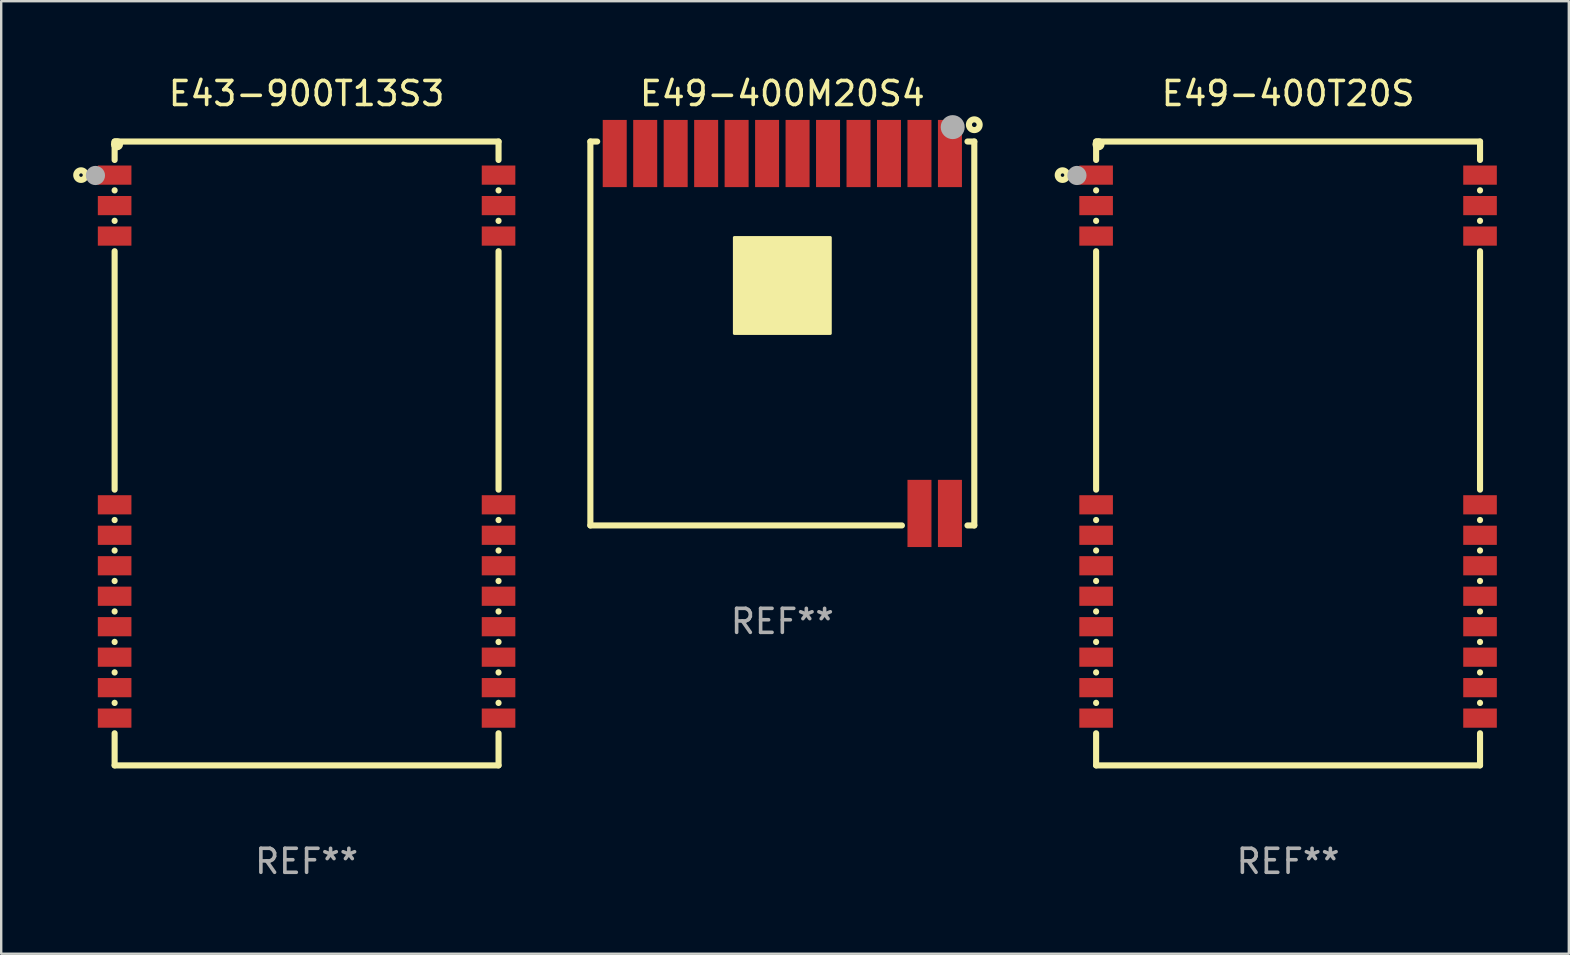
<source format=kicad_pcb>
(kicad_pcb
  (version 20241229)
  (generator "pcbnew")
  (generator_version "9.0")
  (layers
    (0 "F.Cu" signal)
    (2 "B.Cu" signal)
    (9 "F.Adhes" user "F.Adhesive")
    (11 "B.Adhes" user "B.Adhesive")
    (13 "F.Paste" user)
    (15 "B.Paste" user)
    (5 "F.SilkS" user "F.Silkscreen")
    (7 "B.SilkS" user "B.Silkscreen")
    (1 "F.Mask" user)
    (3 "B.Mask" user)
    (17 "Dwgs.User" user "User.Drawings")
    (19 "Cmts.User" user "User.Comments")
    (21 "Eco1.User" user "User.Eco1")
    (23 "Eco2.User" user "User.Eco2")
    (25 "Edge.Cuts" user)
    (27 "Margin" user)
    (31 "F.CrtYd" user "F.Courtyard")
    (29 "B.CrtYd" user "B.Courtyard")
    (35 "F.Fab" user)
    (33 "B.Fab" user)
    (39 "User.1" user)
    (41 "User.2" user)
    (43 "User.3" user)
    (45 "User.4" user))
  (footprint "E49-400M20S4"
    (layer "F.Cu")
    (at 29.554 10.848)
    (property "Reference" "E49-400M20S4" (at 0 -10 0) (layer "F.SilkS") (effects (font (size 1 1) (thickness 0.15))))
    (attr through_hole)
    (fp_line (start -8 -8) (end -7.716 -8) (stroke (width 0.254) (type solid)) (layer "F.SilkS"))
    (fp_line (start -8 8) (end -8 -8) (stroke (width 0.254) (type solid)) (layer "F.SilkS"))
    (fp_line (start 4.984 8) (end -8 8) (stroke (width 0.254) (type solid)) (layer "F.SilkS"))
    (fp_line (start 7.716 -8) (end 8 -8) (stroke (width 0.254) (type solid)) (layer "F.SilkS"))
    (fp_line (start 8 -8) (end 8 8) (stroke (width 0.254) (type solid)) (layer "F.SilkS"))
    (fp_line (start 8 8) (end 7.716 8) (stroke (width 0.254) (type solid)) (layer "F.SilkS"))
    (fp_circle (center 8 -8.7) (end 8.224 -8.7) (stroke (width 0.254) (type solid)) (fill no) (layer "F.SilkS"))
    (fp_circle (center 8 -8) (end 8.03 -8) (stroke (width 0.06) (type solid)) (fill no) (layer "F.SilkS"))
    (fp_poly (pts (xy -2 -4) (xy 2 -4) (xy 2 -0.000013) (xy -2 -0.000013)) (stroke (width 0.12) (type solid)) (fill yes) (layer "F.SilkS"))
    (fp_circle (center 7.1 -8.6) (end 7.35 -8.6) (stroke (width 0.5) (type solid)) (fill no) (layer "F.Fab"))
    (fp_text user "REF**" (at 0 12 0) (layer "F.Fab") (effects (font (size 1 1) (thickness 0.15))))
    (pad "1" smd rect (at 6.985 -7.5) (size 1 2.8) (layers "F.Cu" "F.Mask" "F.Paste"))
    (pad "2" smd rect (at 5.715 -7.5) (size 1 2.8) (layers "F.Cu" "F.Mask" "F.Paste"))
    (pad "3" smd rect (at 4.445 -7.5) (size 1 2.8) (layers "F.Cu" "F.Mask" "F.Paste"))
    (pad "4" smd rect (at 3.175 -7.5) (size 1 2.8) (layers "F.Cu" "F.Mask" "F.Paste"))
    (pad "5" smd rect (at 1.905 -7.5) (size 1 2.8) (layers "F.Cu" "F.Mask" "F.Paste"))
    (pad "6" smd rect (at 0.635 -7.5) (size 1 2.8) (layers "F.Cu" "F.Mask" "F.Paste"))
    (pad "7" smd rect (at -0.635 -7.5) (size 1 2.8) (layers "F.Cu" "F.Mask" "F.Paste"))
    (pad "8" smd rect (at -1.905 -7.5) (size 1 2.8) (layers "F.Cu" "F.Mask" "F.Paste"))
    (pad "9" smd rect (at -3.175 -7.5) (size 1 2.8) (layers "F.Cu" "F.Mask" "F.Paste"))
    (pad "10" smd rect (at -4.445 -7.5) (size 1 2.8) (layers "F.Cu" "F.Mask" "F.Paste"))
    (pad "11" smd rect (at -5.715 -7.5) (size 1 2.8) (layers "F.Cu" "F.Mask" "F.Paste"))
    (pad "12" smd rect (at -6.985 -7.5) (size 1 2.8) (layers "F.Cu" "F.Mask" "F.Paste"))
    (pad "13" smd rect (at 6.985 7.5) (size 1 2.8) (layers "F.Cu" "F.Mask" "F.Paste"))
    (pad "14" smd rect (at 5.715 7.5) (size 1 2.8) (layers "F.Cu" "F.Mask" "F.Paste")))
  (footprint "E49-400T20S"
    (layer "F.Cu")
    (at 50.631 15.848)
    (property "Reference" "E49-400T20S" (at 0 -15 0) (layer "F.SilkS") (effects (font (size 1 1) (thickness 0.15))))
    (attr through_hole)
    (fp_line (start -8 -13) (end 8 -13) (stroke (width 0.254) (type solid)) (layer "F.SilkS"))
    (fp_line (start -8 -12.231) (end -8 -13) (stroke (width 0.254) (type solid)) (layer "F.SilkS"))
    (fp_line (start -8 -10.961) (end -8 -10.969) (stroke (width 0.254) (type solid)) (layer "F.SilkS"))
    (fp_line (start -8 -9.691) (end -8 -9.699) (stroke (width 0.254) (type solid)) (layer "F.SilkS"))
    (fp_line (start -8 1.509) (end -8 -8.429) (stroke (width 0.254) (type solid)) (layer "F.SilkS"))
    (fp_line (start -8 2.779) (end -8 2.771) (stroke (width 0.254) (type solid)) (layer "F.SilkS"))
    (fp_line (start -8 4.049) (end -8 4.041) (stroke (width 0.254) (type solid)) (layer "F.SilkS"))
    (fp_line (start -8 5.319) (end -8 5.311) (stroke (width 0.254) (type solid)) (layer "F.SilkS"))
    (fp_line (start -8 6.589) (end -8 6.581) (stroke (width 0.254) (type solid)) (layer "F.SilkS"))
    (fp_line (start -8 7.859) (end -8 7.851) (stroke (width 0.254) (type solid)) (layer "F.SilkS"))
    (fp_line (start -8 9.129) (end -8 9.121) (stroke (width 0.254) (type solid)) (layer "F.SilkS"))
    (fp_line (start -8 10.399) (end -8 10.391) (stroke (width 0.254) (type solid)) (layer "F.SilkS"))
    (fp_line (start -8 13) (end -8 11.661) (stroke (width 0.254) (type solid)) (layer "F.SilkS"))
    (fp_line (start -8 13) (end 8 13) (stroke (width 0.254) (type solid)) (layer "F.SilkS"))
    (fp_line (start 8 -13) (end 8 -12.231) (stroke (width 0.254) (type solid)) (layer "F.SilkS"))
    (fp_line (start 8 -10.969) (end 8 -10.961) (stroke (width 0.254) (type solid)) (layer "F.SilkS"))
    (fp_line (start 8 -9.699) (end 8 -9.691) (stroke (width 0.254) (type solid)) (layer "F.SilkS"))
    (fp_line (start 8 -8.429) (end 8 1.509) (stroke (width 0.254) (type solid)) (layer "F.SilkS"))
    (fp_line (start 8 2.771) (end 8 2.779) (stroke (width 0.254) (type solid)) (layer "F.SilkS"))
    (fp_line (start 8 4.041) (end 8 4.049) (stroke (width 0.254) (type solid)) (layer "F.SilkS"))
    (fp_line (start 8 5.311) (end 8 5.319) (stroke (width 0.254) (type solid)) (layer "F.SilkS"))
    (fp_line (start 8 6.581) (end 8 6.589) (stroke (width 0.254) (type solid)) (layer "F.SilkS"))
    (fp_line (start 8 7.851) (end 8 7.859) (stroke (width 0.254) (type solid)) (layer "F.SilkS"))
    (fp_line (start 8 9.121) (end 8 9.129) (stroke (width 0.254) (type solid)) (layer "F.SilkS"))
    (fp_line (start 8 10.391) (end 8 10.399) (stroke (width 0.254) (type solid)) (layer "F.SilkS"))
    (fp_line (start 8 11.661) (end 8 13) (stroke (width 0.254) (type solid)) (layer "F.SilkS"))
    (fp_circle (center -9.4 -11.6) (end -9.2 -11.6) (stroke (width 0.254) (type solid)) (fill no) (layer "F.SilkS"))
    (fp_circle (center -7.9 -12.885) (end -7.773 -12.885) (stroke (width 0.254) (type solid)) (fill no) (layer "F.SilkS"))
    (fp_circle (center -8.8 -11.585) (end -8.6 -11.585) (stroke (width 0.4) (type solid)) (fill no) (layer "F.Fab"))
    (fp_text user "REF**" (at 0 17 0) (layer "F.Fab") (effects (font (size 1 1) (thickness 0.15))))
    (pad "1" smd rect (at -8 -11.6) (size 1.4 0.8) (layers "F.Cu" "F.Mask" "F.Paste"))
    (pad "2" smd rect (at -8 -10.33) (size 1.4 0.8) (layers "F.Cu" "F.Mask" "F.Paste"))
    (pad "3" smd rect (at -8 -9.06) (size 1.4 0.8) (layers "F.Cu" "F.Mask" "F.Paste"))
    (pad "4" smd rect (at -8 2.14) (size 1.4 0.8) (layers "F.Cu" "F.Mask" "F.Paste"))
    (pad "5" smd rect (at -8 3.41) (size 1.4 0.8) (layers "F.Cu" "F.Mask" "F.Paste"))
    (pad "6" smd rect (at -8 4.68) (size 1.4 0.8) (layers "F.Cu" "F.Mask" "F.Paste"))
    (pad "7" smd rect (at -8 5.95) (size 1.4 0.8) (layers "F.Cu" "F.Mask" "F.Paste"))
    (pad "8" smd rect (at -8 7.22) (size 1.4 0.8) (layers "F.Cu" "F.Mask" "F.Paste"))
    (pad "9" smd rect (at -8 8.49) (size 1.4 0.8) (layers "F.Cu" "F.Mask" "F.Paste"))
    (pad "10" smd rect (at -8 9.76) (size 1.4 0.8) (layers "F.Cu" "F.Mask" "F.Paste"))
    (pad "11" smd rect (at -8 11.03) (size 1.4 0.8) (layers "F.Cu" "F.Mask" "F.Paste"))
    (pad "12" smd rect (at 8 11.03) (size 1.4 0.8) (layers "F.Cu" "F.Mask" "F.Paste"))
    (pad "13" smd rect (at 8 9.76) (size 1.4 0.8) (layers "F.Cu" "F.Mask" "F.Paste"))
    (pad "14" smd rect (at 8 8.49) (size 1.4 0.8) (layers "F.Cu" "F.Mask" "F.Paste"))
    (pad "15" smd rect (at 8 7.22) (size 1.4 0.8) (layers "F.Cu" "F.Mask" "F.Paste"))
    (pad "16" smd rect (at 8 5.95) (size 1.4 0.8) (layers "F.Cu" "F.Mask" "F.Paste"))
    (pad "17" smd rect (at 8 4.68) (size 1.4 0.8) (layers "F.Cu" "F.Mask" "F.Paste"))
    (pad "18" smd rect (at 8 3.41) (size 1.4 0.8) (layers "F.Cu" "F.Mask" "F.Paste"))
    (pad "19" smd rect (at 8 2.14) (size 1.4 0.8) (layers "F.Cu" "F.Mask" "F.Paste"))
    (pad "20" smd rect (at 8 -9.06) (size 1.4 0.8) (layers "F.Cu" "F.Mask" "F.Paste"))
    (pad "21" smd rect (at 8 -10.33) (size 1.4 0.8) (layers "F.Cu" "F.Mask" "F.Paste"))
    (pad "22" smd rect (at 8 -11.6) (size 1.4 0.8) (layers "F.Cu" "F.Mask" "F.Paste")))
  (footprint "E43-900T13S3"
    (layer "F.Cu")
    (at 9.727 15.848)
    (property "Reference" "E43-900T13S3" (at 0 -15 0) (layer "F.SilkS") (effects (font (size 1 1) (thickness 0.15))))
    (attr through_hole)
    (fp_line (start -8 -13) (end 8 -13) (stroke (width 0.254) (type solid)) (layer "F.SilkS"))
    (fp_line (start -8 -12.231) (end -8 -13) (stroke (width 0.254) (type solid)) (layer "F.SilkS"))
    (fp_line (start -8 -10.961) (end -8 -10.969) (stroke (width 0.254) (type solid)) (layer "F.SilkS"))
    (fp_line (start -8 -9.691) (end -8 -9.699) (stroke (width 0.254) (type solid)) (layer "F.SilkS"))
    (fp_line (start -8 1.509) (end -8 -8.429) (stroke (width 0.254) (type solid)) (layer "F.SilkS"))
    (fp_line (start -8 2.779) (end -8 2.771) (stroke (width 0.254) (type solid)) (layer "F.SilkS"))
    (fp_line (start -8 4.049) (end -8 4.041) (stroke (width 0.254) (type solid)) (layer "F.SilkS"))
    (fp_line (start -8 5.319) (end -8 5.311) (stroke (width 0.254) (type solid)) (layer "F.SilkS"))
    (fp_line (start -8 6.589) (end -8 6.581) (stroke (width 0.254) (type solid)) (layer "F.SilkS"))
    (fp_line (start -8 7.859) (end -8 7.851) (stroke (width 0.254) (type solid)) (layer "F.SilkS"))
    (fp_line (start -8 9.129) (end -8 9.121) (stroke (width 0.254) (type solid)) (layer "F.SilkS"))
    (fp_line (start -8 10.399) (end -8 10.391) (stroke (width 0.254) (type solid)) (layer "F.SilkS"))
    (fp_line (start -8 13) (end -8 11.661) (stroke (width 0.254) (type solid)) (layer "F.SilkS"))
    (fp_line (start -8 13) (end 8 13) (stroke (width 0.254) (type solid)) (layer "F.SilkS"))
    (fp_line (start 8 -13) (end 8 -12.231) (stroke (width 0.254) (type solid)) (layer "F.SilkS"))
    (fp_line (start 8 -10.969) (end 8 -10.961) (stroke (width 0.254) (type solid)) (layer "F.SilkS"))
    (fp_line (start 8 -9.699) (end 8 -9.691) (stroke (width 0.254) (type solid)) (layer "F.SilkS"))
    (fp_line (start 8 -8.429) (end 8 1.509) (stroke (width 0.254) (type solid)) (layer "F.SilkS"))
    (fp_line (start 8 2.771) (end 8 2.779) (stroke (width 0.254) (type solid)) (layer "F.SilkS"))
    (fp_line (start 8 4.041) (end 8 4.049) (stroke (width 0.254) (type solid)) (layer "F.SilkS"))
    (fp_line (start 8 5.311) (end 8 5.319) (stroke (width 0.254) (type solid)) (layer "F.SilkS"))
    (fp_line (start 8 6.581) (end 8 6.589) (stroke (width 0.254) (type solid)) (layer "F.SilkS"))
    (fp_line (start 8 7.851) (end 8 7.859) (stroke (width 0.254) (type solid)) (layer "F.SilkS"))
    (fp_line (start 8 9.121) (end 8 9.129) (stroke (width 0.254) (type solid)) (layer "F.SilkS"))
    (fp_line (start 8 10.391) (end 8 10.399) (stroke (width 0.254) (type solid)) (layer "F.SilkS"))
    (fp_line (start 8 11.661) (end 8 13) (stroke (width 0.254) (type solid)) (layer "F.SilkS"))
    (fp_circle (center -9.4 -11.6) (end -9.2 -11.6) (stroke (width 0.254) (type solid)) (fill no) (layer "F.SilkS"))
    (fp_circle (center -7.9 -12.885) (end -7.773 -12.885) (stroke (width 0.254) (type solid)) (fill no) (layer "F.SilkS"))
    (fp_circle (center -8.8 -11.585) (end -8.6 -11.585) (stroke (width 0.4) (type solid)) (fill no) (layer "F.Fab"))
    (fp_text user "REF**" (at 0 17 0) (layer "F.Fab") (effects (font (size 1 1) (thickness 0.15))))
    (pad "1" smd rect (at -8 -11.6) (size 1.4 0.8) (layers "F.Cu" "F.Mask" "F.Paste"))
    (pad "2" smd rect (at -8 -10.33) (size 1.4 0.8) (layers "F.Cu" "F.Mask" "F.Paste"))
    (pad "3" smd rect (at -8 -9.06) (size 1.4 0.8) (layers "F.Cu" "F.Mask" "F.Paste"))
    (pad "4" smd rect (at -8 2.14) (size 1.4 0.8) (layers "F.Cu" "F.Mask" "F.Paste"))
    (pad "5" smd rect (at -8 3.41) (size 1.4 0.8) (layers "F.Cu" "F.Mask" "F.Paste"))
    (pad "6" smd rect (at -8 4.68) (size 1.4 0.8) (layers "F.Cu" "F.Mask" "F.Paste"))
    (pad "7" smd rect (at -8 5.95) (size 1.4 0.8) (layers "F.Cu" "F.Mask" "F.Paste"))
    (pad "8" smd rect (at -8 7.22) (size 1.4 0.8) (layers "F.Cu" "F.Mask" "F.Paste"))
    (pad "9" smd rect (at -8 8.49) (size 1.4 0.8) (layers "F.Cu" "F.Mask" "F.Paste"))
    (pad "10" smd rect (at -8 9.76) (size 1.4 0.8) (layers "F.Cu" "F.Mask" "F.Paste"))
    (pad "11" smd rect (at -8 11.03) (size 1.4 0.8) (layers "F.Cu" "F.Mask" "F.Paste"))
    (pad "12" smd rect (at 8 11.03) (size 1.4 0.8) (layers "F.Cu" "F.Mask" "F.Paste"))
    (pad "13" smd rect (at 8 9.76) (size 1.4 0.8) (layers "F.Cu" "F.Mask" "F.Paste"))
    (pad "14" smd rect (at 8 8.49) (size 1.4 0.8) (layers "F.Cu" "F.Mask" "F.Paste"))
    (pad "15" smd rect (at 8 7.22) (size 1.4 0.8) (layers "F.Cu" "F.Mask" "F.Paste"))
    (pad "16" smd rect (at 8 5.95) (size 1.4 0.8) (layers "F.Cu" "F.Mask" "F.Paste"))
    (pad "17" smd rect (at 8 4.68) (size 1.4 0.8) (layers "F.Cu" "F.Mask" "F.Paste"))
    (pad "18" smd rect (at 8 3.41) (size 1.4 0.8) (layers "F.Cu" "F.Mask" "F.Paste"))
    (pad "19" smd rect (at 8 2.14) (size 1.4 0.8) (layers "F.Cu" "F.Mask" "F.Paste"))
    (pad "20" smd rect (at 8 -9.06) (size 1.4 0.8) (layers "F.Cu" "F.Mask" "F.Paste"))
    (pad "21" smd rect (at 8 -10.33) (size 1.4 0.8) (layers "F.Cu" "F.Mask" "F.Paste"))
    (pad "22" smd rect (at 8 -11.6) (size 1.4 0.8) (layers "F.Cu" "F.Mask" "F.Paste")))
  (gr_rect
    (start -3 -3)
    (end 62.331 36.697)
    (stroke (width 0.1) (type default))
    (fill no)
    (layer "Edge.Cuts")))
</source>
